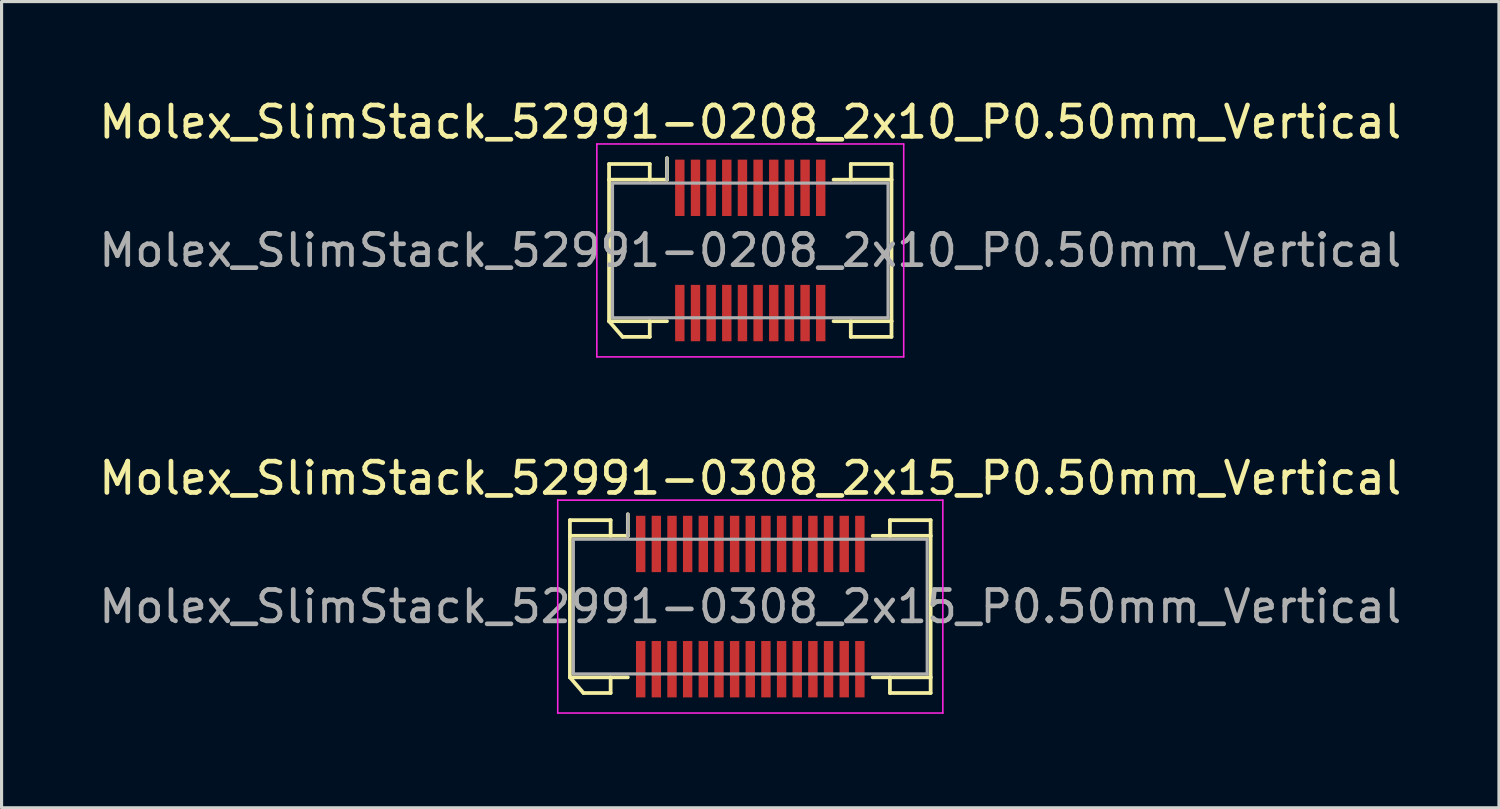
<source format=kicad_pcb>
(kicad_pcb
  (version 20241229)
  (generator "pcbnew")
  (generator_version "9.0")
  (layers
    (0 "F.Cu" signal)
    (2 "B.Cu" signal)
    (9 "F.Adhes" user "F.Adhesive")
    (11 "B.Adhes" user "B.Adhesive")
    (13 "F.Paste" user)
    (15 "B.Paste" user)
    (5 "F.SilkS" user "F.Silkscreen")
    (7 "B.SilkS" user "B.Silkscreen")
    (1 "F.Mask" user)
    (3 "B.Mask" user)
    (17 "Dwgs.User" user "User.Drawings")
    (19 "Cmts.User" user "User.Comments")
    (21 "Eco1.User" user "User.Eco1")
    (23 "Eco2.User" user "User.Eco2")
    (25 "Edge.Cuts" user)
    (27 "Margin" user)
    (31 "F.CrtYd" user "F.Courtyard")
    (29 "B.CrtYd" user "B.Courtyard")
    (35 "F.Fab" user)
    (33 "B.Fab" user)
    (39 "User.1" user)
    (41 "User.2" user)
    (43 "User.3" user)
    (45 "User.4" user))
  (footprint "Molex_SlimStack_52991-0208_2x10_P0.50mm_Vertical"
    (layer "F.Cu")
    (at 20.911 4.948)
    (property "Reference" "Molex_SlimStack_52991-0208_2x10_P0.50mm_Vertical" (at 0 -4.1 0) (layer "F.SilkS") (effects (font (size 1 1) (thickness 0.15))))
    (attr smd)
    (fp_line (start -4.51 -2.76) (end -3.21 -2.76) (stroke (width 0.12) (type solid)) (layer "F.SilkS"))
    (fp_line (start -4.51 -2.26) (end -4.51 -2.76) (stroke (width 0.12) (type solid)) (layer "F.SilkS"))
    (fp_line (start -4.51 -2.26) (end -2.66 -2.26) (stroke (width 0.12) (type solid)) (layer "F.SilkS"))
    (fp_line (start -4.51 2.26) (end -4.51 -2.26) (stroke (width 0.12) (type solid)) (layer "F.SilkS"))
    (fp_line (start -4.51 2.26) (end -4.077 2.76) (stroke (width 0.12) (type solid)) (layer "F.SilkS"))
    (fp_line (start -4.077 2.76) (end -3.21 2.76) (stroke (width 0.12) (type solid)) (layer "F.SilkS"))
    (fp_line (start -3.21 -2.76) (end -3.21 -2.26) (stroke (width 0.12) (type solid)) (layer "F.SilkS"))
    (fp_line (start -3.21 2.76) (end -3.21 2.26) (stroke (width 0.12) (type solid)) (layer "F.SilkS"))
    (fp_line (start -2.66 -2.26) (end -2.66 -2.95) (stroke (width 0.12) (type solid)) (layer "F.SilkS"))
    (fp_line (start -2.66 2.26) (end -4.51 2.26) (stroke (width 0.12) (type solid)) (layer "F.SilkS"))
    (fp_line (start 2.66 2.26) (end 4.51 2.26) (stroke (width 0.12) (type solid)) (layer "F.SilkS"))
    (fp_line (start 3.21 -2.76) (end 3.21 -2.26) (stroke (width 0.12) (type solid)) (layer "F.SilkS"))
    (fp_line (start 3.21 2.76) (end 3.21 2.26) (stroke (width 0.12) (type solid)) (layer "F.SilkS"))
    (fp_line (start 4.51 -2.76) (end 3.21 -2.76) (stroke (width 0.12) (type solid)) (layer "F.SilkS"))
    (fp_line (start 4.51 -2.26) (end 2.66 -2.26) (stroke (width 0.12) (type solid)) (layer "F.SilkS"))
    (fp_line (start 4.51 -2.26) (end 4.51 -2.76) (stroke (width 0.12) (type solid)) (layer "F.SilkS"))
    (fp_line (start 4.51 2.26) (end 4.51 -2.26) (stroke (width 0.12) (type solid)) (layer "F.SilkS"))
    (fp_line (start 4.51 2.26) (end 4.51 2.76) (stroke (width 0.12) (type solid)) (layer "F.SilkS"))
    (fp_line (start 4.51 2.76) (end 3.21 2.76) (stroke (width 0.12) (type solid)) (layer "F.SilkS"))
    (fp_line (start -4.9 -3.4) (end -4.9 3.4) (stroke (width 0.05) (type solid)) (layer "F.CrtYd"))
    (fp_line (start -4.9 3.4) (end 4.9 3.4) (stroke (width 0.05) (type solid)) (layer "F.CrtYd"))
    (fp_line (start 4.9 -3.4) (end -4.9 -3.4) (stroke (width 0.05) (type solid)) (layer "F.CrtYd"))
    (fp_line (start 4.9 3.4) (end 4.9 -3.4) (stroke (width 0.05) (type solid)) (layer "F.CrtYd"))
    (fp_line (start -4.4 -2.15) (end -4.4 2.15) (stroke (width 0.1) (type solid)) (layer "F.Fab"))
    (fp_line (start -4.4 2.15) (end 4.4 2.15) (stroke (width 0.1) (type solid)) (layer "F.Fab"))
    (fp_line (start -2.66 -2.26) (end -2.66 -2.95) (stroke (width 0.1) (type solid)) (layer "F.Fab"))
    (fp_line (start 4.4 -2.15) (end -4.4 -2.15) (stroke (width 0.1) (type solid)) (layer "F.Fab"))
    (fp_line (start 4.4 2.15) (end 4.4 -2.15) (stroke (width 0.1) (type solid)) (layer "F.Fab"))
    (fp_text user "${REFERENCE}" (at 0 0 0) (layer "F.Fab") (effects (font (size 1 1) (thickness 0.15))))
    (pad "1" smd rect (at -2.25 -2) (size 0.3 1.8) (layers "F.Cu" "F.Mask" "F.Paste"))
    (pad "2" smd rect (at -2.25 2) (size 0.3 1.8) (layers "F.Cu" "F.Mask" "F.Paste"))
    (pad "3" smd rect (at -1.75 -2) (size 0.3 1.8) (layers "F.Cu" "F.Mask" "F.Paste"))
    (pad "4" smd rect (at -1.75 2) (size 0.3 1.8) (layers "F.Cu" "F.Mask" "F.Paste"))
    (pad "5" smd rect (at -1.25 -2) (size 0.3 1.8) (layers "F.Cu" "F.Mask" "F.Paste"))
    (pad "6" smd rect (at -1.25 2) (size 0.3 1.8) (layers "F.Cu" "F.Mask" "F.Paste"))
    (pad "7" smd rect (at -0.75 -2) (size 0.3 1.8) (layers "F.Cu" "F.Mask" "F.Paste"))
    (pad "8" smd rect (at -0.75 2) (size 0.3 1.8) (layers "F.Cu" "F.Mask" "F.Paste"))
    (pad "9" smd rect (at -0.25 -2) (size 0.3 1.8) (layers "F.Cu" "F.Mask" "F.Paste"))
    (pad "10" smd rect (at -0.25 2) (size 0.3 1.8) (layers "F.Cu" "F.Mask" "F.Paste"))
    (pad "11" smd rect (at 0.25 -2) (size 0.3 1.8) (layers "F.Cu" "F.Mask" "F.Paste"))
    (pad "12" smd rect (at 0.25 2) (size 0.3 1.8) (layers "F.Cu" "F.Mask" "F.Paste"))
    (pad "13" smd rect (at 0.75 -2) (size 0.3 1.8) (layers "F.Cu" "F.Mask" "F.Paste"))
    (pad "14" smd rect (at 0.75 2) (size 0.3 1.8) (layers "F.Cu" "F.Mask" "F.Paste"))
    (pad "15" smd rect (at 1.25 -2) (size 0.3 1.8) (layers "F.Cu" "F.Mask" "F.Paste"))
    (pad "16" smd rect (at 1.25 2) (size 0.3 1.8) (layers "F.Cu" "F.Mask" "F.Paste"))
    (pad "17" smd rect (at 1.75 -2) (size 0.3 1.8) (layers "F.Cu" "F.Mask" "F.Paste"))
    (pad "18" smd rect (at 1.75 2) (size 0.3 1.8) (layers "F.Cu" "F.Mask" "F.Paste"))
    (pad "19" smd rect (at 2.25 -2) (size 0.3 1.8) (layers "F.Cu" "F.Mask" "F.Paste"))
    (pad "20" smd rect (at 2.25 2) (size 0.3 1.8) (layers "F.Cu" "F.Mask" "F.Paste")))
  (footprint "Molex_SlimStack_52991-0308_2x15_P0.50mm_Vertical"
    (layer "F.Cu")
    (at 20.911 16.322)
    (property "Reference" "Molex_SlimStack_52991-0308_2x15_P0.50mm_Vertical" (at 0 -4.1 0) (layer "F.SilkS") (effects (font (size 1 1) (thickness 0.15))))
    (attr smd)
    (fp_line (start -5.76 -2.76) (end -4.46 -2.76) (stroke (width 0.12) (type solid)) (layer "F.SilkS"))
    (fp_line (start -5.76 -2.26) (end -5.76 -2.76) (stroke (width 0.12) (type solid)) (layer "F.SilkS"))
    (fp_line (start -5.76 -2.26) (end -3.91 -2.26) (stroke (width 0.12) (type solid)) (layer "F.SilkS"))
    (fp_line (start -5.76 2.26) (end -5.76 -2.26) (stroke (width 0.12) (type solid)) (layer "F.SilkS"))
    (fp_line (start -5.76 2.26) (end -5.327 2.76) (stroke (width 0.12) (type solid)) (layer "F.SilkS"))
    (fp_line (start -5.327 2.76) (end -4.46 2.76) (stroke (width 0.12) (type solid)) (layer "F.SilkS"))
    (fp_line (start -4.46 -2.76) (end -4.46 -2.26) (stroke (width 0.12) (type solid)) (layer "F.SilkS"))
    (fp_line (start -4.46 2.76) (end -4.46 2.26) (stroke (width 0.12) (type solid)) (layer "F.SilkS"))
    (fp_line (start -3.91 -2.26) (end -3.91 -2.95) (stroke (width 0.12) (type solid)) (layer "F.SilkS"))
    (fp_line (start -3.91 2.26) (end -5.76 2.26) (stroke (width 0.12) (type solid)) (layer "F.SilkS"))
    (fp_line (start 3.91 2.26) (end 5.76 2.26) (stroke (width 0.12) (type solid)) (layer "F.SilkS"))
    (fp_line (start 4.46 -2.76) (end 4.46 -2.26) (stroke (width 0.12) (type solid)) (layer "F.SilkS"))
    (fp_line (start 4.46 2.76) (end 4.46 2.26) (stroke (width 0.12) (type solid)) (layer "F.SilkS"))
    (fp_line (start 5.76 -2.76) (end 4.46 -2.76) (stroke (width 0.12) (type solid)) (layer "F.SilkS"))
    (fp_line (start 5.76 -2.26) (end 3.91 -2.26) (stroke (width 0.12) (type solid)) (layer "F.SilkS"))
    (fp_line (start 5.76 -2.26) (end 5.76 -2.76) (stroke (width 0.12) (type solid)) (layer "F.SilkS"))
    (fp_line (start 5.76 2.26) (end 5.76 -2.26) (stroke (width 0.12) (type solid)) (layer "F.SilkS"))
    (fp_line (start 5.76 2.26) (end 5.76 2.76) (stroke (width 0.12) (type solid)) (layer "F.SilkS"))
    (fp_line (start 5.76 2.76) (end 4.46 2.76) (stroke (width 0.12) (type solid)) (layer "F.SilkS"))
    (fp_line (start -6.15 -3.4) (end -6.15 3.4) (stroke (width 0.05) (type solid)) (layer "F.CrtYd"))
    (fp_line (start -6.15 3.4) (end 6.15 3.4) (stroke (width 0.05) (type solid)) (layer "F.CrtYd"))
    (fp_line (start 6.15 -3.4) (end -6.15 -3.4) (stroke (width 0.05) (type solid)) (layer "F.CrtYd"))
    (fp_line (start 6.15 3.4) (end 6.15 -3.4) (stroke (width 0.05) (type solid)) (layer "F.CrtYd"))
    (fp_line (start -5.65 -2.15) (end -5.65 2.15) (stroke (width 0.1) (type solid)) (layer "F.Fab"))
    (fp_line (start -5.65 2.15) (end 5.65 2.15) (stroke (width 0.1) (type solid)) (layer "F.Fab"))
    (fp_line (start -3.91 -2.26) (end -3.91 -2.95) (stroke (width 0.1) (type solid)) (layer "F.Fab"))
    (fp_line (start 5.65 -2.15) (end -5.65 -2.15) (stroke (width 0.1) (type solid)) (layer "F.Fab"))
    (fp_line (start 5.65 2.15) (end 5.65 -2.15) (stroke (width 0.1) (type solid)) (layer "F.Fab"))
    (fp_text user "${REFERENCE}" (at 0 0 0) (layer "F.Fab") (effects (font (size 1 1) (thickness 0.15))))
    (pad "1" smd rect (at -3.5 -2) (size 0.3 1.8) (layers "F.Cu" "F.Mask" "F.Paste"))
    (pad "2" smd rect (at -3.5 2) (size 0.3 1.8) (layers "F.Cu" "F.Mask" "F.Paste"))
    (pad "3" smd rect (at -3 -2) (size 0.3 1.8) (layers "F.Cu" "F.Mask" "F.Paste"))
    (pad "4" smd rect (at -3 2) (size 0.3 1.8) (layers "F.Cu" "F.Mask" "F.Paste"))
    (pad "5" smd rect (at -2.5 -2) (size 0.3 1.8) (layers "F.Cu" "F.Mask" "F.Paste"))
    (pad "6" smd rect (at -2.5 2) (size 0.3 1.8) (layers "F.Cu" "F.Mask" "F.Paste"))
    (pad "7" smd rect (at -2 -2) (size 0.3 1.8) (layers "F.Cu" "F.Mask" "F.Paste"))
    (pad "8" smd rect (at -2 2) (size 0.3 1.8) (layers "F.Cu" "F.Mask" "F.Paste"))
    (pad "9" smd rect (at -1.5 -2) (size 0.3 1.8) (layers "F.Cu" "F.Mask" "F.Paste"))
    (pad "10" smd rect (at -1.5 2) (size 0.3 1.8) (layers "F.Cu" "F.Mask" "F.Paste"))
    (pad "11" smd rect (at -1 -2) (size 0.3 1.8) (layers "F.Cu" "F.Mask" "F.Paste"))
    (pad "12" smd rect (at -1 2) (size 0.3 1.8) (layers "F.Cu" "F.Mask" "F.Paste"))
    (pad "13" smd rect (at -0.5 -2) (size 0.3 1.8) (layers "F.Cu" "F.Mask" "F.Paste"))
    (pad "14" smd rect (at -0.5 2) (size 0.3 1.8) (layers "F.Cu" "F.Mask" "F.Paste"))
    (pad "15" smd rect (at 0 -2) (size 0.3 1.8) (layers "F.Cu" "F.Mask" "F.Paste"))
    (pad "16" smd rect (at 0 2) (size 0.3 1.8) (layers "F.Cu" "F.Mask" "F.Paste"))
    (pad "17" smd rect (at 0.5 -2) (size 0.3 1.8) (layers "F.Cu" "F.Mask" "F.Paste"))
    (pad "18" smd rect (at 0.5 2) (size 0.3 1.8) (layers "F.Cu" "F.Mask" "F.Paste"))
    (pad "19" smd rect (at 1 -2) (size 0.3 1.8) (layers "F.Cu" "F.Mask" "F.Paste"))
    (pad "20" smd rect (at 1 2) (size 0.3 1.8) (layers "F.Cu" "F.Mask" "F.Paste"))
    (pad "21" smd rect (at 1.5 -2) (size 0.3 1.8) (layers "F.Cu" "F.Mask" "F.Paste"))
    (pad "22" smd rect (at 1.5 2) (size 0.3 1.8) (layers "F.Cu" "F.Mask" "F.Paste"))
    (pad "23" smd rect (at 2 -2) (size 0.3 1.8) (layers "F.Cu" "F.Mask" "F.Paste"))
    (pad "24" smd rect (at 2 2) (size 0.3 1.8) (layers "F.Cu" "F.Mask" "F.Paste"))
    (pad "25" smd rect (at 2.5 -2) (size 0.3 1.8) (layers "F.Cu" "F.Mask" "F.Paste"))
    (pad "26" smd rect (at 2.5 2) (size 0.3 1.8) (layers "F.Cu" "F.Mask" "F.Paste"))
    (pad "27" smd rect (at 3 -2) (size 0.3 1.8) (layers "F.Cu" "F.Mask" "F.Paste"))
    (pad "28" smd rect (at 3 2) (size 0.3 1.8) (layers "F.Cu" "F.Mask" "F.Paste"))
    (pad "29" smd rect (at 3.5 -2) (size 0.3 1.8) (layers "F.Cu" "F.Mask" "F.Paste"))
    (pad "30" smd rect (at 3.5 2) (size 0.3 1.8) (layers "F.Cu" "F.Mask" "F.Paste")))
  (gr_rect
    (start -3 -3)
    (end 44.821 22.747)
    (stroke (width 0.1) (type default))
    (fill no)
    (layer "Edge.Cuts")))
</source>
